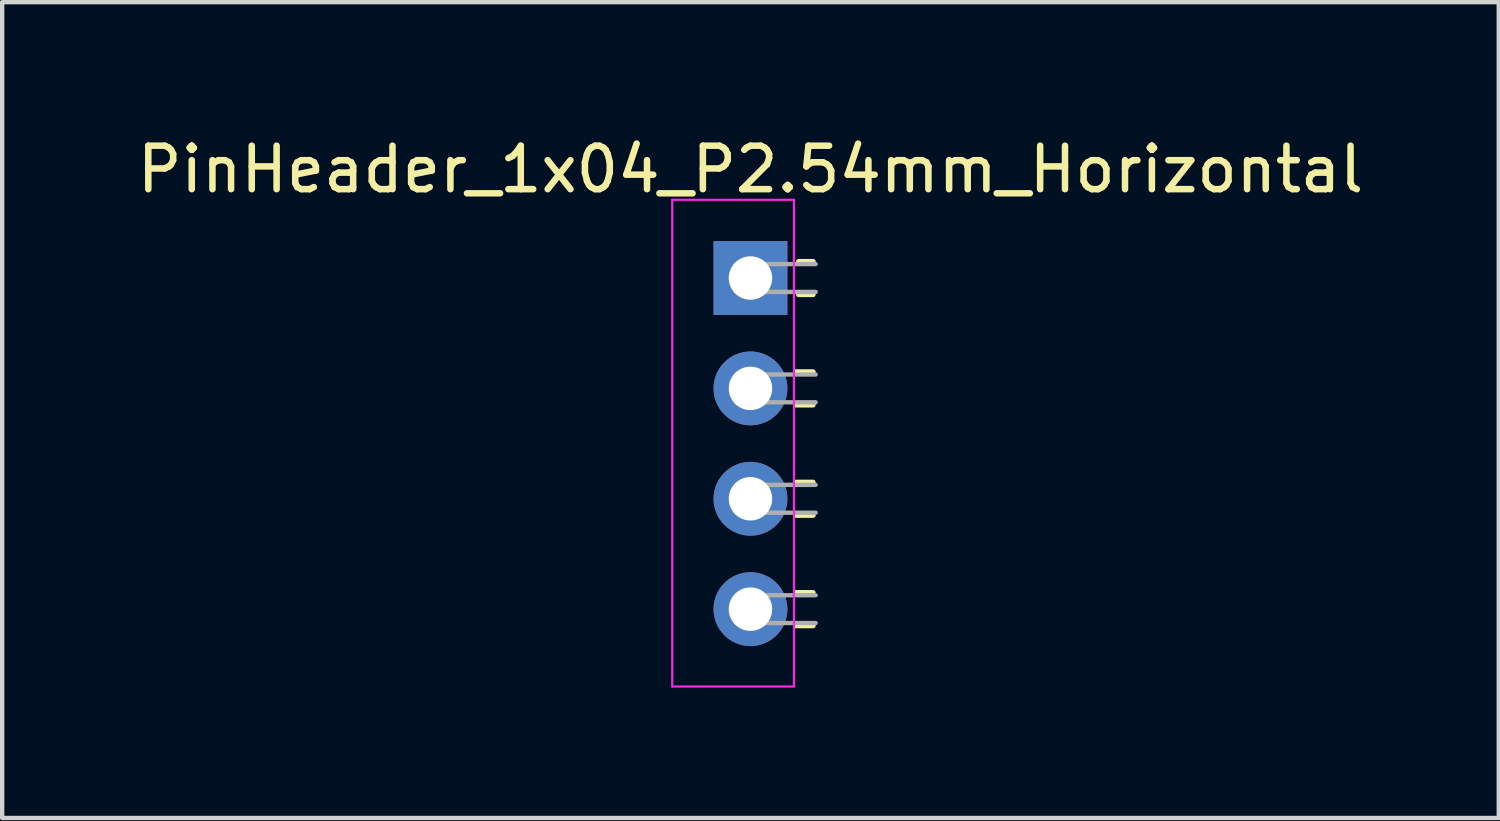
<source format=kicad_pcb>
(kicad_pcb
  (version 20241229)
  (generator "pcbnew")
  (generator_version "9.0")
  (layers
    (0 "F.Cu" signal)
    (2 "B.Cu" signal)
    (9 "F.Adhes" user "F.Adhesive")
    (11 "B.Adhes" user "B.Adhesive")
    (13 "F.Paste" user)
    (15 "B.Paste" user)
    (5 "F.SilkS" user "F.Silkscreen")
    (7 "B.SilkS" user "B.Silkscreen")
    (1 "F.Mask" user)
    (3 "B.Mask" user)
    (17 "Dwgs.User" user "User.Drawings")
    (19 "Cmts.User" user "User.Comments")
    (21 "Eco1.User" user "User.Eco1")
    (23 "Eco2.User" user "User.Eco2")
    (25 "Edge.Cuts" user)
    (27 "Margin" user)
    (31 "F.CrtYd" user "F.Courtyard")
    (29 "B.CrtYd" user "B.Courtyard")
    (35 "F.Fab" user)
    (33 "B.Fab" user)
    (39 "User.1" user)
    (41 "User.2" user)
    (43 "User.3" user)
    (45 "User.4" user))
  (footprint "PinHeader_1x04_P2.54mm_Horizontal"
    (layer "F.Cu")
    (at 14.22 3.348)
    (property "Reference" "PinHeader_1x04_P2.54mm_Horizontal" (at 0 -2.5 0) (layer "F.SilkS") (effects (font (size 1 1) (thickness 0.15))))
    (attr through_hole)
    (fp_line (start 1.043 2.16) (end 1.44 2.16) (stroke (width 0.12) (type solid)) (layer "F.SilkS"))
    (fp_line (start 1.043 2.92) (end 1.44 2.92) (stroke (width 0.12) (type solid)) (layer "F.SilkS"))
    (fp_line (start 1.043 4.7) (end 1.44 4.7) (stroke (width 0.12) (type solid)) (layer "F.SilkS"))
    (fp_line (start 1.043 5.46) (end 1.44 5.46) (stroke (width 0.12) (type solid)) (layer "F.SilkS"))
    (fp_line (start 1.043 7.24) (end 1.44 7.24) (stroke (width 0.12) (type solid)) (layer "F.SilkS"))
    (fp_line (start 1.043 8) (end 1.44 8) (stroke (width 0.12) (type solid)) (layer "F.SilkS"))
    (fp_line (start 1.11 -0.38) (end 1.44 -0.38) (stroke (width 0.12) (type solid)) (layer "F.SilkS"))
    (fp_line (start 1.11 0.38) (end 1.44 0.38) (stroke (width 0.12) (type solid)) (layer "F.SilkS"))
    (fp_line (start -1.8 -1.8) (end -1.8 9.4) (stroke (width 0.05) (type solid)) (layer "F.CrtYd"))
    (fp_line (start -1.8 9.4) (end 1 9.4) (stroke (width 0.05) (type solid)) (layer "F.CrtYd"))
    (fp_line (start 1 -1.8) (end -1.8 -1.8) (stroke (width 0.05) (type solid)) (layer "F.CrtYd"))
    (fp_line (start 1 9.4) (end 1 -1.8) (stroke (width 0.05) (type solid)) (layer "F.CrtYd"))
    (fp_line (start -0.32 -0.32) (end -0.32 0.32) (stroke (width 0.1) (type solid)) (layer "F.Fab"))
    (fp_line (start -0.32 -0.32) (end 1.5 -0.32) (stroke (width 0.1) (type solid)) (layer "F.Fab"))
    (fp_line (start -0.32 0.32) (end 1.5 0.32) (stroke (width 0.1) (type solid)) (layer "F.Fab"))
    (fp_line (start -0.32 2.22) (end -0.32 2.86) (stroke (width 0.1) (type solid)) (layer "F.Fab"))
    (fp_line (start -0.32 2.22) (end 1.5 2.22) (stroke (width 0.1) (type solid)) (layer "F.Fab"))
    (fp_line (start -0.32 2.86) (end 1.5 2.86) (stroke (width 0.1) (type solid)) (layer "F.Fab"))
    (fp_line (start -0.32 4.76) (end -0.32 5.4) (stroke (width 0.1) (type solid)) (layer "F.Fab"))
    (fp_line (start -0.32 4.76) (end 1.5 4.76) (stroke (width 0.1) (type solid)) (layer "F.Fab"))
    (fp_line (start -0.32 5.4) (end 1.5 5.4) (stroke (width 0.1) (type solid)) (layer "F.Fab"))
    (fp_line (start -0.32 7.3) (end -0.32 7.94) (stroke (width 0.1) (type solid)) (layer "F.Fab"))
    (fp_line (start -0.32 7.3) (end 1.5 7.3) (stroke (width 0.1) (type solid)) (layer "F.Fab"))
    (fp_line (start -0.32 7.94) (end 1.5 7.94) (stroke (width 0.1) (type solid)) (layer "F.Fab"))
    (pad "1" thru_hole rect (at 0 0) (size 1.7 1.7) (drill 1) (layers "*.Cu" "*.Mask"))
    (pad "2" thru_hole oval (at 0 2.54) (size 1.7 1.7) (drill 1) (layers "*.Cu" "*.Mask"))
    (pad "3" thru_hole oval (at 0 5.08) (size 1.7 1.7) (drill 1) (layers "*.Cu" "*.Mask"))
    (pad "4" thru_hole oval (at 0 7.62) (size 1.7 1.7) (drill 1) (layers "*.Cu" "*.Mask")))
  (gr_rect
    (start -3 -3)
    (end 31.44 15.773)
    (stroke (width 0.1) (type default))
    (fill no)
    (layer "Edge.Cuts")))
</source>
